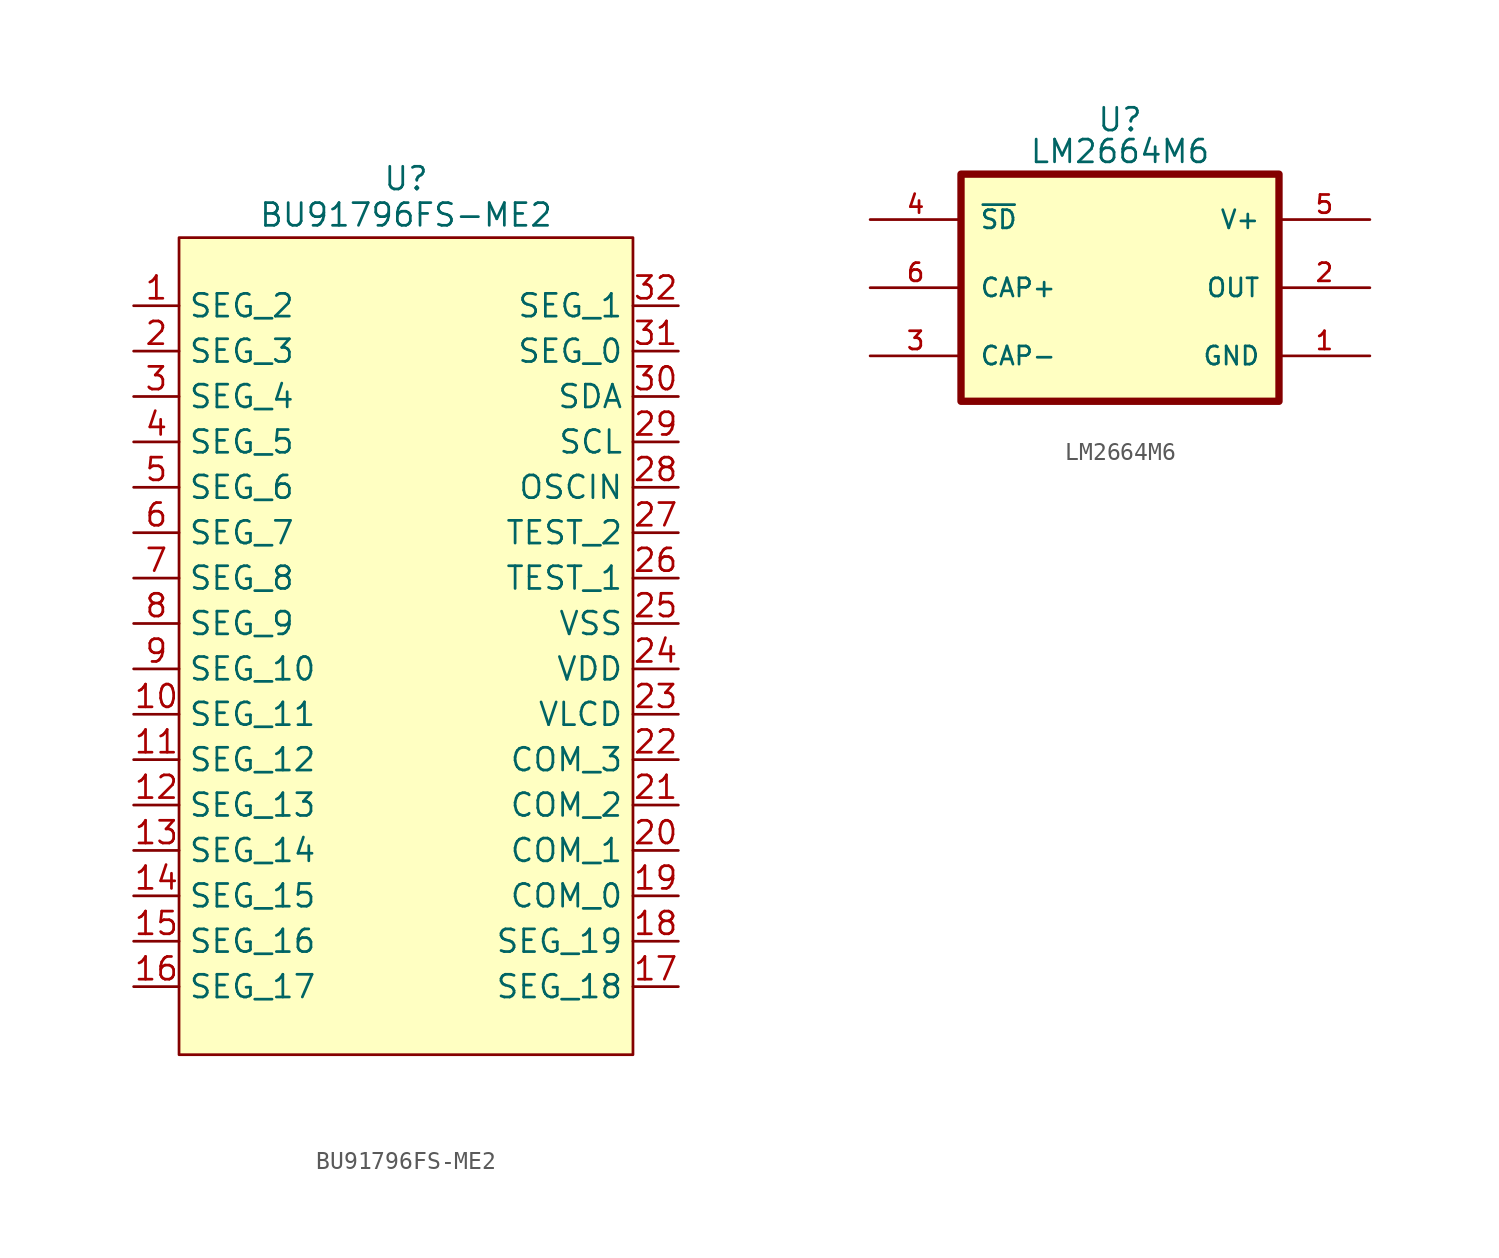
<source format=kicad_sym>
(kicad_symbol_lib
  (version 20241209)
  (generator "kicad_symbol_editor")
  (generator_version "9.0")
  (symbol "BU91796FS-ME2"
    (property "Reference" "U"
      (at 0 26.162 0)
      (effects (font (size 1.27 1.27))))
    (property "Value" "BU91796FS-ME2"
      (at 0 24.13 0)
      (effects (font (size 1.27 1.27))))
    (symbol "BU91796FS-ME2_0_1"
      (rectangle (start -12.7 22.86) (end 12.7 -22.86) (stroke (width 0) (type default)) (fill (type color) (color 255 255 194 1))))
    (symbol "BU91796FS-ME2_1_1"
      (pin output line (at -15.24 19.05 0) (length 2.54) (name "SEG_2" (effects (font (size 1.27 1.27)))) (number "1" (effects (font (size 1.27 1.27)))))
      (pin output line (at -15.24 16.51 0) (length 2.54) (name "SEG_3" (effects (font (size 1.27 1.27)))) (number "2" (effects (font (size 1.27 1.27)))))
      (pin output line (at -15.24 13.97 0) (length 2.54) (name "SEG_4" (effects (font (size 1.27 1.27)))) (number "3" (effects (font (size 1.27 1.27)))))
      (pin output line (at -15.24 11.43 0) (length 2.54) (name "SEG_5" (effects (font (size 1.27 1.27)))) (number "4" (effects (font (size 1.27 1.27)))))
      (pin output line (at -15.24 8.89 0) (length 2.54) (name "SEG_6" (effects (font (size 1.27 1.27)))) (number "5" (effects (font (size 1.27 1.27)))))
      (pin output line (at -15.24 6.35 0) (length 2.54) (name "SEG_7" (effects (font (size 1.27 1.27)))) (number "6" (effects (font (size 1.27 1.27)))))
      (pin output line (at -15.24 3.81 0) (length 2.54) (name "SEG_8" (effects (font (size 1.27 1.27)))) (number "7" (effects (font (size 1.27 1.27)))))
      (pin output line (at -15.24 1.27 0) (length 2.54) (name "SEG_9" (effects (font (size 1.27 1.27)))) (number "8" (effects (font (size 1.27 1.27)))))
      (pin output line (at -15.24 -1.27 0) (length 2.54) (name "SEG_10" (effects (font (size 1.27 1.27)))) (number "9" (effects (font (size 1.27 1.27)))))
      (pin output line (at -15.24 -3.81 0) (length 2.54) (name "SEG_11" (effects (font (size 1.27 1.27)))) (number "10" (effects (font (size 1.27 1.27)))))
      (pin output line (at -15.24 -6.35 0) (length 2.54) (name "SEG_12" (effects (font (size 1.27 1.27)))) (number "11" (effects (font (size 1.27 1.27)))))
      (pin output line (at -15.24 -8.89 0) (length 2.54) (name "SEG_13" (effects (font (size 1.27 1.27)))) (number "12" (effects (font (size 1.27 1.27)))))
      (pin output line (at -15.24 -11.43 0) (length 2.54) (name "SEG_14" (effects (font (size 1.27 1.27)))) (number "13" (effects (font (size 1.27 1.27)))))
      (pin output line (at -15.24 -13.97 0) (length 2.54) (name "SEG_15" (effects (font (size 1.27 1.27)))) (number "14" (effects (font (size 1.27 1.27)))))
      (pin output line (at -15.24 -16.51 0) (length 2.54) (name "SEG_16" (effects (font (size 1.27 1.27)))) (number "15" (effects (font (size 1.27 1.27)))))
      (pin output line (at -15.24 -19.05 0) (length 2.54) (name "SEG_17" (effects (font (size 1.27 1.27)))) (number "16" (effects (font (size 1.27 1.27)))))
      (pin output line (at 15.24 19.05 180) (length 2.54) (name "SEG_1" (effects (font (size 1.27 1.27)))) (number "32" (effects (font (size 1.27 1.27)))))
      (pin output line (at 15.24 16.51 180) (length 2.54) (name "SEG_0" (effects (font (size 1.27 1.27)))) (number "31" (effects (font (size 1.27 1.27)))))
      (pin output line (at 15.24 13.97 180) (length 2.54) (name "SDA" (effects (font (size 1.27 1.27)))) (number "30" (effects (font (size 1.27 1.27)))))
      (pin output line (at 15.24 11.43 180) (length 2.54) (name "SCL" (effects (font (size 1.27 1.27)))) (number "29" (effects (font (size 1.27 1.27)))))
      (pin output line (at 15.24 8.89 180) (length 2.54) (name "OSCIN" (effects (font (size 1.27 1.27)))) (number "28" (effects (font (size 1.27 1.27)))))
      (pin output line (at 15.24 6.35 180) (length 2.54) (name "TEST_2" (effects (font (size 1.27 1.27)))) (number "27" (effects (font (size 1.27 1.27)))))
      (pin output line (at 15.24 3.81 180) (length 2.54) (name "TEST_1" (effects (font (size 1.27 1.27)))) (number "26" (effects (font (size 1.27 1.27)))))
      (pin output line (at 15.24 1.27 180) (length 2.54) (name "VSS" (effects (font (size 1.27 1.27)))) (number "25" (effects (font (size 1.27 1.27)))))
      (pin output line (at 15.24 -1.27 180) (length 2.54) (name "VDD" (effects (font (size 1.27 1.27)))) (number "24" (effects (font (size 1.27 1.27)))))
      (pin output line (at 15.24 -3.81 180) (length 2.54) (name "VLCD" (effects (font (size 1.27 1.27)))) (number "23" (effects (font (size 1.27 1.27)))))
      (pin output line (at 15.24 -6.35 180) (length 2.54) (name "COM_3" (effects (font (size 1.27 1.27)))) (number "22" (effects (font (size 1.27 1.27)))))
      (pin output line (at 15.24 -8.89 180) (length 2.54) (name "COM_2" (effects (font (size 1.27 1.27)))) (number "21" (effects (font (size 1.27 1.27)))))
      (pin output line (at 15.24 -11.43 180) (length 2.54) (name "COM_1" (effects (font (size 1.27 1.27)))) (number "20" (effects (font (size 1.27 1.27)))))
      (pin output line (at 15.24 -13.97 180) (length 2.54) (name "COM_0" (effects (font (size 1.27 1.27)))) (number "19" (effects (font (size 1.27 1.27)))))
      (pin output line (at 15.24 -16.51 180) (length 2.54) (name "SEG_19" (effects (font (size 1.27 1.27)))) (number "18" (effects (font (size 1.27 1.27)))))
      (pin output line (at 15.24 -19.05 180) (length 2.54) (name "SEG_18" (effects (font (size 1.27 1.27)))) (number "17" (effects (font (size 1.27 1.27)))))))
  (symbol "LM2664M6"
    (pin_names
      (offset 1.016))
    (property "Reference" "U"
      (at 0 9.398 0)
      (effects (font (size 1.27 1.27))))
    (property "Value" "LM2664M6"
      (at 0 7.62 0)
      (effects (font (size 1.27 1.27))))
    (symbol "LM2664M6_0_0"
      (rectangle (start -8.89 6.35) (end 8.89 -6.35) (stroke (width 0.41) (type default)) (fill (type background)))
      (pin input line (at -13.97 3.81 0) (length 5.08) (name "~{SD}" (effects (font (size 1.016 1.016)))) (number "4" (effects (font (size 1.016 1.016)))))
      (pin input line (at -13.97 0 0) (length 5.08) (name "CAP+" (effects (font (size 1.016 1.016)))) (number "6" (effects (font (size 1.016 1.016)))))
      (pin input line (at -13.97 -3.81 0) (length 5.08) (name "CAP-" (effects (font (size 1.016 1.016)))) (number "3" (effects (font (size 1.016 1.016)))))
      (pin power_in line (at 13.97 3.81 180) (length 5.08) (name "V+" (effects (font (size 1.016 1.016)))) (number "5" (effects (font (size 1.016 1.016)))))
      (pin output line (at 13.97 0 180) (length 5.08) (name "OUT" (effects (font (size 1.016 1.016)))) (number "2" (effects (font (size 1.016 1.016)))))
      (pin power_in line (at 13.97 -3.81 180) (length 5.08) (name "GND" (effects (font (size 1.016 1.016)))) (number "1" (effects (font (size 1.016 1.016))))))))
</source>
